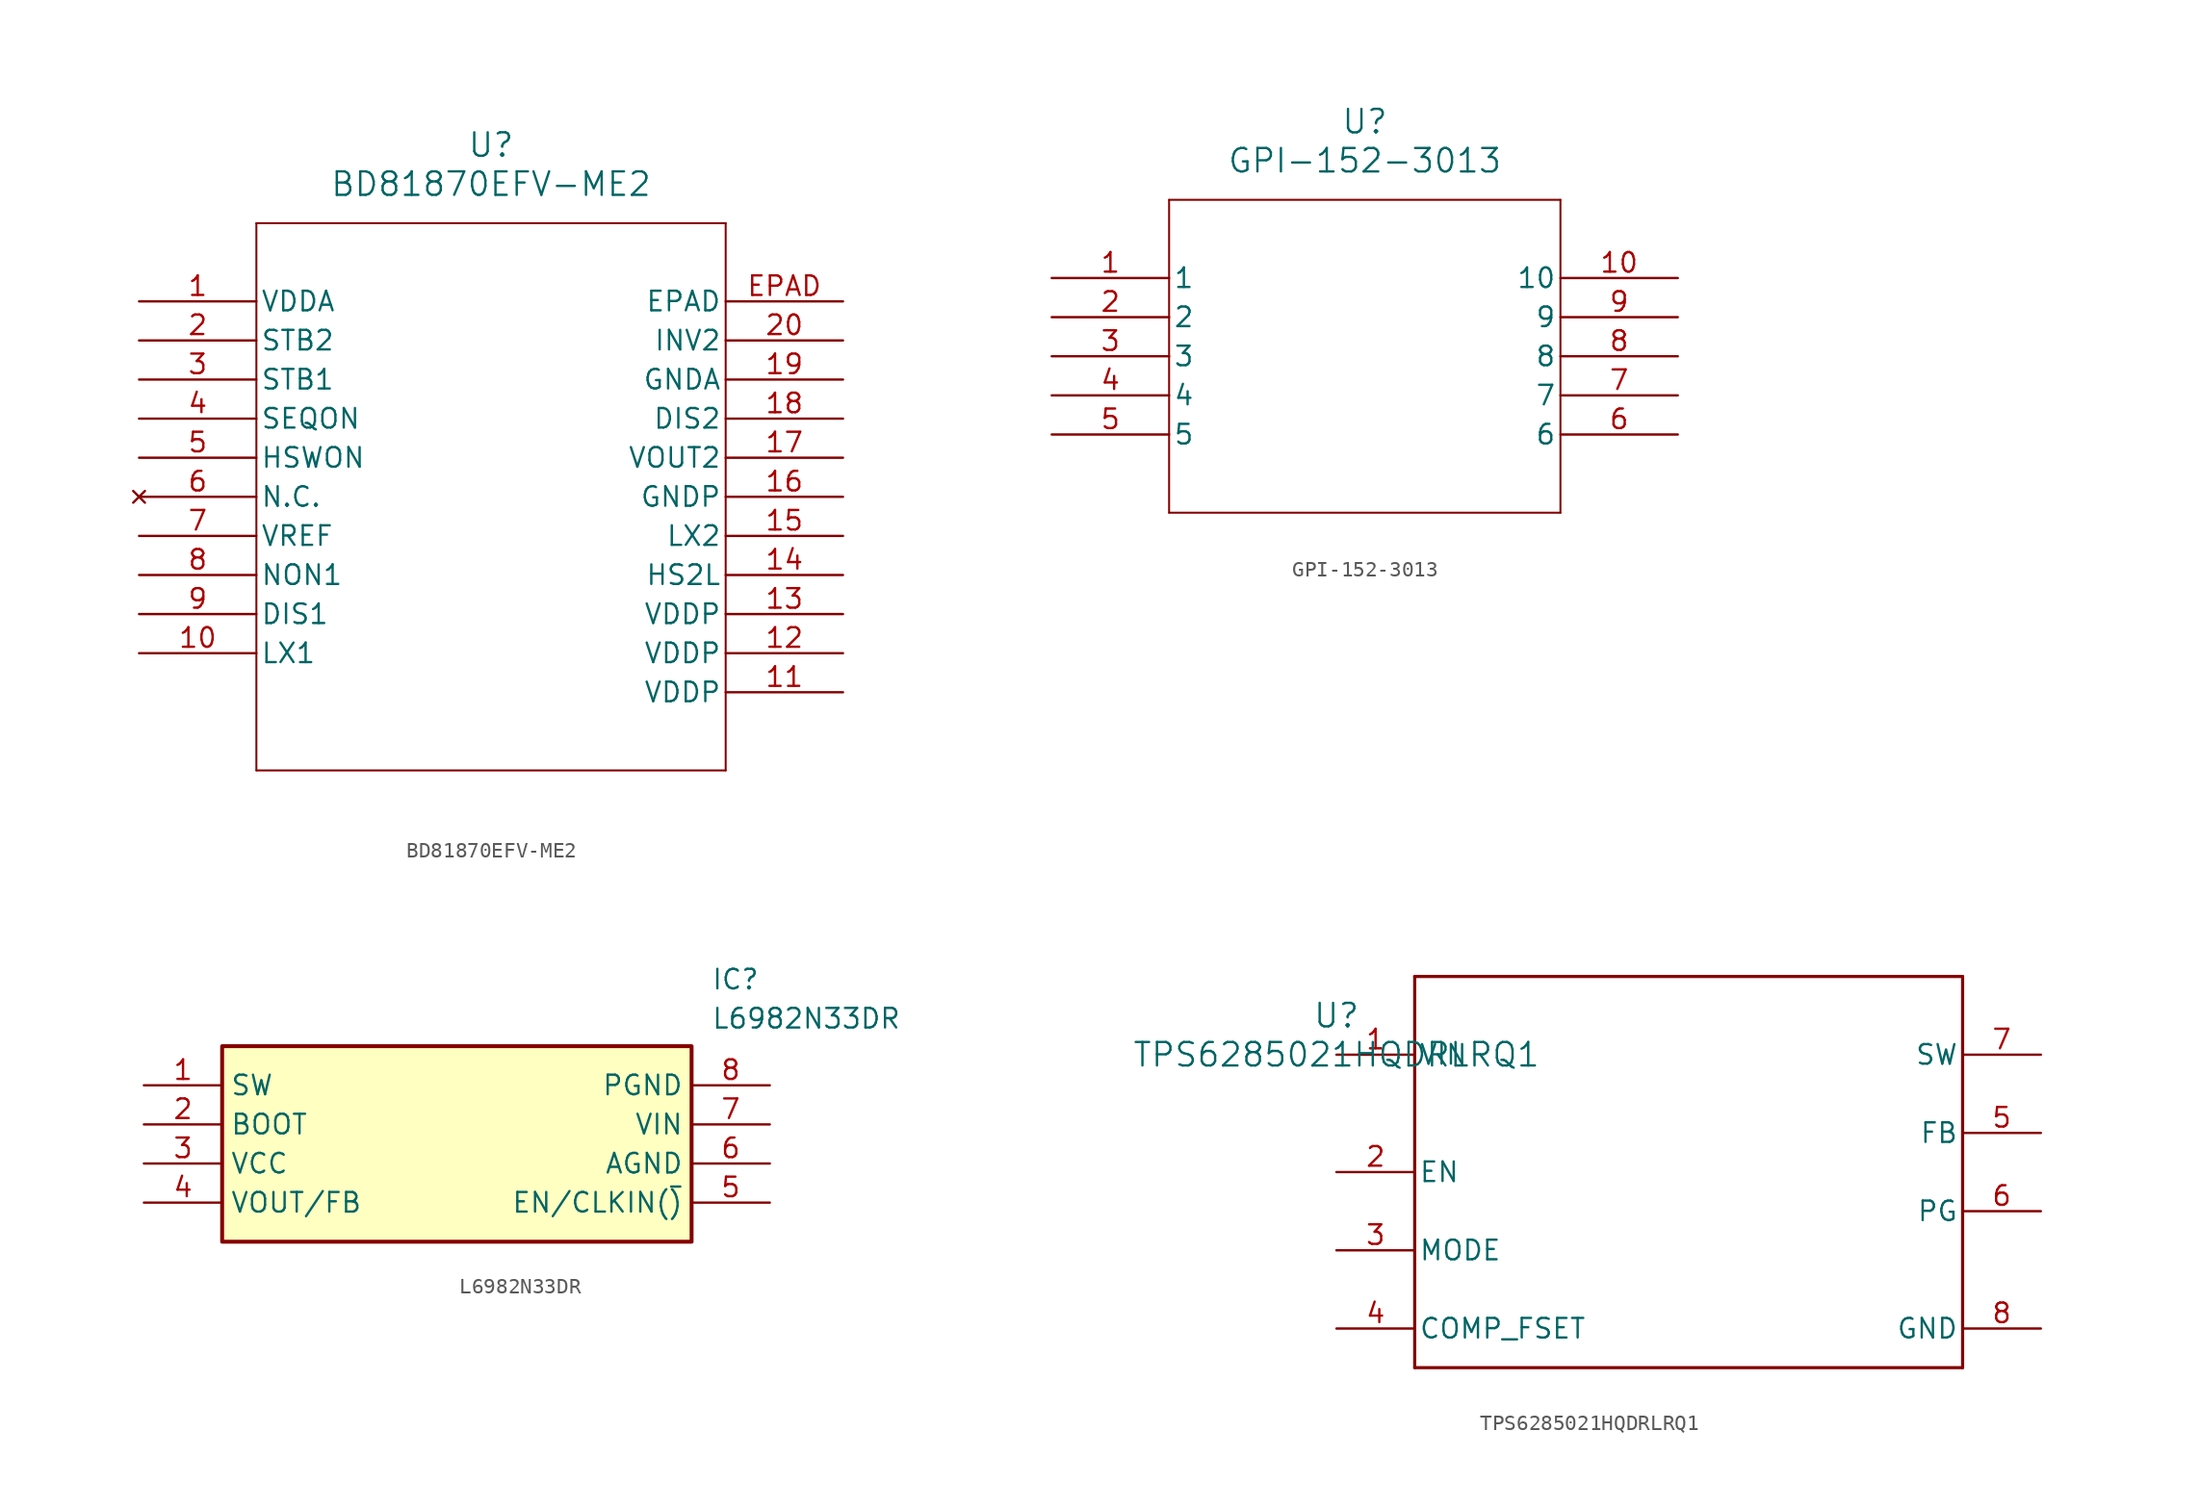
<source format=kicad_sym>
(kicad_symbol_lib
  (version 20241209)
  (generator "kicad_symbol_editor")
  (generator_version "9.0")
  (symbol "BD81870EFV-ME2"
    (pin_names
      (offset 0.254))
    (property "Reference" "U"
      (at 22.86 10.16 0)
      (effects (font (size 1.524 1.524))))
    (property "Value" "BD81870EFV-ME2"
      (at 22.86 7.62 0)
      (effects (font (size 1.524 1.524))))
    (property "ki_locked" ""
      (at 0 0 0)
      (effects (font (size 1.27 1.27))))
    (symbol "BD81870EFV-ME2_0_1"
      (polyline (pts (xy 7.62 5.08) (xy 7.62 -30.48)) (stroke (width 0.127) (type default)) (fill (type none)))
      (polyline (pts (xy 7.62 -30.48) (xy 38.1 -30.48)) (stroke (width 0.127) (type default)) (fill (type none)))
      (polyline (pts (xy 38.1 5.08) (xy 7.62 5.08)) (stroke (width 0.127) (type default)) (fill (type none)))
      (polyline (pts (xy 38.1 -30.48) (xy 38.1 5.08)) (stroke (width 0.127) (type default)) (fill (type none)))
      (pin power_in line (at 0 0 0) (length 7.62) (name "VDDA" (effects (font (size 1.27 1.27)))) (number "1" (effects (font (size 1.27 1.27)))))
      (pin bidirectional line (at 0 -2.54 0) (length 7.62) (name "STB2" (effects (font (size 1.27 1.27)))) (number "2" (effects (font (size 1.27 1.27)))))
      (pin bidirectional line (at 0 -5.08 0) (length 7.62) (name "STB1" (effects (font (size 1.27 1.27)))) (number "3" (effects (font (size 1.27 1.27)))))
      (pin unspecified line (at 0 -7.62 0) (length 7.62) (name "SEQON" (effects (font (size 1.27 1.27)))) (number "4" (effects (font (size 1.27 1.27)))))
      (pin unspecified line (at 0 -10.16 0) (length 7.62) (name "HSWON" (effects (font (size 1.27 1.27)))) (number "5" (effects (font (size 1.27 1.27)))))
      (pin no_connect line (at 0 -12.7 0) (length 7.62) (name "N.C." (effects (font (size 1.27 1.27)))) (number "6" (effects (font (size 1.27 1.27)))))
      (pin power_in line (at 0 -15.24 0) (length 7.62) (name "VREF" (effects (font (size 1.27 1.27)))) (number "7" (effects (font (size 1.27 1.27)))))
      (pin unspecified line (at 0 -17.78 0) (length 7.62) (name "NON1" (effects (font (size 1.27 1.27)))) (number "8" (effects (font (size 1.27 1.27)))))
      (pin bidirectional line (at 0 -20.32 0) (length 7.62) (name "DIS1" (effects (font (size 1.27 1.27)))) (number "9" (effects (font (size 1.27 1.27)))))
      (pin bidirectional line (at 0 -22.86 0) (length 7.62) (name "LX1" (effects (font (size 1.27 1.27)))) (number "10" (effects (font (size 1.27 1.27)))))
      (pin unspecified line (at 45.72 0 180) (length 7.62) (name "EPAD" (effects (font (size 1.27 1.27)))) (number "EPAD" (effects (font (size 1.27 1.27)))))
      (pin unspecified line (at 45.72 -2.54 180) (length 7.62) (name "INV2" (effects (font (size 1.27 1.27)))) (number "20" (effects (font (size 1.27 1.27)))))
      (pin power_out line (at 45.72 -5.08 180) (length 7.62) (name "GNDA" (effects (font (size 1.27 1.27)))) (number "19" (effects (font (size 1.27 1.27)))))
      (pin bidirectional line (at 45.72 -7.62 180) (length 7.62) (name "DIS2" (effects (font (size 1.27 1.27)))) (number "18" (effects (font (size 1.27 1.27)))))
      (pin output line (at 45.72 -10.16 180) (length 7.62) (name "VOUT2" (effects (font (size 1.27 1.27)))) (number "17" (effects (font (size 1.27 1.27)))))
      (pin power_out line (at 45.72 -12.7 180) (length 7.62) (name "GNDP" (effects (font (size 1.27 1.27)))) (number "16" (effects (font (size 1.27 1.27)))))
      (pin bidirectional line (at 45.72 -15.24 180) (length 7.62) (name "LX2" (effects (font (size 1.27 1.27)))) (number "15" (effects (font (size 1.27 1.27)))))
      (pin unspecified line (at 45.72 -17.78 180) (length 7.62) (name "HS2L" (effects (font (size 1.27 1.27)))) (number "14" (effects (font (size 1.27 1.27)))))
      (pin power_in line (at 45.72 -20.32 180) (length 7.62) (name "VDDP" (effects (font (size 1.27 1.27)))) (number "13" (effects (font (size 1.27 1.27)))))
      (pin power_in line (at 45.72 -22.86 180) (length 7.62) (name "VDDP" (effects (font (size 1.27 1.27)))) (number "12" (effects (font (size 1.27 1.27)))))
      (pin power_in line (at 45.72 -25.4 180) (length 7.62) (name "VDDP" (effects (font (size 1.27 1.27)))) (number "11" (effects (font (size 1.27 1.27)))))))
  (symbol "GPI-152-3013"
    (pin_names
      (offset 0.254))
    (property "Reference" "U"
      (at 20.32 10.16 0)
      (effects (font (size 1.524 1.524))))
    (property "Value" "GPI-152-3013"
      (at 20.32 7.62 0)
      (effects (font (size 1.524 1.524))))
    (property "ki_locked" ""
      (at 0 0 0)
      (effects (font (size 1.27 1.27))))
    (symbol "GPI-152-3013_0_1"
      (polyline (pts (xy 7.62 5.08) (xy 7.62 -15.24)) (stroke (width 0.127) (type default)) (fill (type none)))
      (polyline (pts (xy 7.62 -15.24) (xy 33.02 -15.24)) (stroke (width 0.127) (type default)) (fill (type none)))
      (polyline (pts (xy 33.02 5.08) (xy 7.62 5.08)) (stroke (width 0.127) (type default)) (fill (type none)))
      (polyline (pts (xy 33.02 -15.24) (xy 33.02 5.08)) (stroke (width 0.127) (type default)) (fill (type none)))
      (pin unspecified line (at 0 0 0) (length 7.62) (name "1" (effects (font (size 1.27 1.27)))) (number "1" (effects (font (size 1.27 1.27)))))
      (pin unspecified line (at 0 -2.54 0) (length 7.62) (name "2" (effects (font (size 1.27 1.27)))) (number "2" (effects (font (size 1.27 1.27)))))
      (pin unspecified line (at 0 -5.08 0) (length 7.62) (name "3" (effects (font (size 1.27 1.27)))) (number "3" (effects (font (size 1.27 1.27)))))
      (pin unspecified line (at 0 -7.62 0) (length 7.62) (name "4" (effects (font (size 1.27 1.27)))) (number "4" (effects (font (size 1.27 1.27)))))
      (pin unspecified line (at 0 -10.16 0) (length 7.62) (name "5" (effects (font (size 1.27 1.27)))) (number "5" (effects (font (size 1.27 1.27)))))
      (pin unspecified line (at 40.64 0 180) (length 7.62) (name "10" (effects (font (size 1.27 1.27)))) (number "10" (effects (font (size 1.27 1.27)))))
      (pin unspecified line (at 40.64 -2.54 180) (length 7.62) (name "9" (effects (font (size 1.27 1.27)))) (number "9" (effects (font (size 1.27 1.27)))))
      (pin unspecified line (at 40.64 -5.08 180) (length 7.62) (name "8" (effects (font (size 1.27 1.27)))) (number "8" (effects (font (size 1.27 1.27)))))
      (pin unspecified line (at 40.64 -7.62 180) (length 7.62) (name "7" (effects (font (size 1.27 1.27)))) (number "7" (effects (font (size 1.27 1.27)))))
      (pin unspecified line (at 40.64 -10.16 180) (length 7.62) (name "6" (effects (font (size 1.27 1.27)))) (number "6" (effects (font (size 1.27 1.27)))))))
  (symbol "L6982N33DR"
    (property "Reference" "IC"
      (at 36.83 7.62 0)
      (effects (font (size 1.27 1.27)) (justify left top)))
    (property "Value" "L6982N33DR"
      (at 36.83 5.08 0)
      (effects (font (size 1.27 1.27)) (justify left top)))
    (symbol "L6982N33DR_1_1"
      (rectangle (start 5.08 2.54) (end 35.56 -10.16) (stroke (width 0.254) (type default)) (fill (type background)))
      (pin passive line (at 0 0 0) (length 5.08) (name "SW" (effects (font (size 1.27 1.27)))) (number "1" (effects (font (size 1.27 1.27)))))
      (pin passive line (at 0 -2.54 0) (length 5.08) (name "BOOT" (effects (font (size 1.27 1.27)))) (number "2" (effects (font (size 1.27 1.27)))))
      (pin passive line (at 0 -5.08 0) (length 5.08) (name "VCC" (effects (font (size 1.27 1.27)))) (number "3" (effects (font (size 1.27 1.27)))))
      (pin passive line (at 0 -7.62 0) (length 5.08) (name "VOUT/FB" (effects (font (size 1.27 1.27)))) (number "4" (effects (font (size 1.27 1.27)))))
      (pin passive line (at 40.64 0 180) (length 5.08) (name "PGND" (effects (font (size 1.27 1.27)))) (number "8" (effects (font (size 1.27 1.27)))))
      (pin passive line (at 40.64 -2.54 180) (length 5.08) (name "VIN" (effects (font (size 1.27 1.27)))) (number "7" (effects (font (size 1.27 1.27)))))
      (pin passive line (at 40.64 -5.08 180) (length 5.08) (name "AGND" (effects (font (size 1.27 1.27)))) (number "6" (effects (font (size 1.27 1.27)))))
      (pin passive line (at 40.64 -7.62 180) (length 5.08) (name "EN/CLKIN(~{)}" (effects (font (size 1.27 1.27)))) (number "5" (effects (font (size 1.27 1.27)))))))
  (symbol "TPS6285021HQDRLRQ1"
    (pin_names
      (offset 0.254))
    (property "Reference" "U"
      (at 0 2.54 0)
      (effects (font (size 1.524 1.524))))
    (property "Value" "TPS6285021HQDRLRQ1"
      (at 0 0 0)
      (effects (font (size 1.524 1.524))))
    (property "ki_locked" ""
      (at 0 0 0)
      (effects (font (size 1.27 1.27))))
    (symbol "TPS6285021HQDRLRQ1_0_1"
      (polyline (pts (xy 5.08 5.08) (xy 5.08 -20.32)) (stroke (width 0.203) (type default)) (fill (type none)))
      (polyline (pts (xy 5.08 -20.32) (xy 40.64 -20.32)) (stroke (width 0.203) (type default)) (fill (type none)))
      (polyline (pts (xy 40.64 5.08) (xy 5.08 5.08)) (stroke (width 0.203) (type default)) (fill (type none)))
      (polyline (pts (xy 40.64 -20.32) (xy 40.64 5.08)) (stroke (width 0.203) (type default)) (fill (type none)))
      (pin power_in line (at 0 0 0) (length 5.08) (name "VIN" (effects (font (size 1.27 1.27)))) (number "1" (effects (font (size 1.27 1.27)))))
      (pin input line (at 0 -7.62 0) (length 5.08) (name "EN" (effects (font (size 1.27 1.27)))) (number "2" (effects (font (size 1.27 1.27)))))
      (pin input line (at 0 -12.7 0) (length 5.08) (name "MODE" (effects (font (size 1.27 1.27)))) (number "3" (effects (font (size 1.27 1.27)))))
      (pin input line (at 0 -17.78 0) (length 5.08) (name "COMP_FSET" (effects (font (size 1.27 1.27)))) (number "4" (effects (font (size 1.27 1.27)))))
      (pin output line (at 45.72 0 180) (length 5.08) (name "SW" (effects (font (size 1.27 1.27)))) (number "7" (effects (font (size 1.27 1.27)))))
      (pin input line (at 45.72 -5.08 180) (length 5.08) (name "FB" (effects (font (size 1.27 1.27)))) (number "5" (effects (font (size 1.27 1.27)))))
      (pin open_collector line (at 45.72 -10.16 180) (length 5.08) (name "PG" (effects (font (size 1.27 1.27)))) (number "6" (effects (font (size 1.27 1.27)))))
      (pin power_in line (at 45.72 -17.78 180) (length 5.08) (name "GND" (effects (font (size 1.27 1.27)))) (number "8" (effects (font (size 1.27 1.27))))))))
</source>
